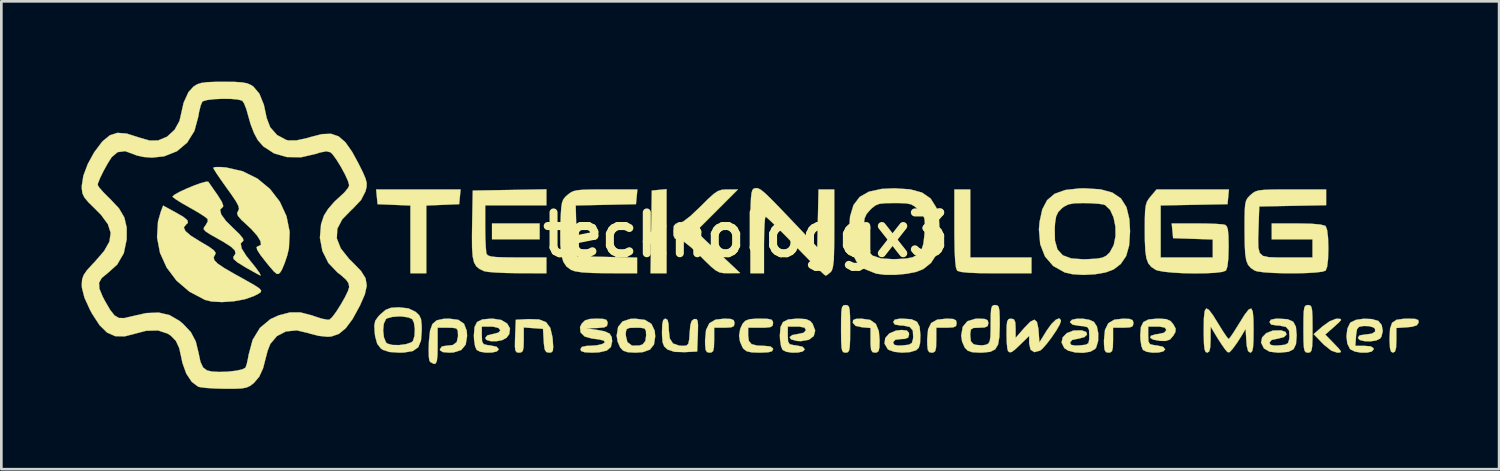
<source format=kicad_pcb>
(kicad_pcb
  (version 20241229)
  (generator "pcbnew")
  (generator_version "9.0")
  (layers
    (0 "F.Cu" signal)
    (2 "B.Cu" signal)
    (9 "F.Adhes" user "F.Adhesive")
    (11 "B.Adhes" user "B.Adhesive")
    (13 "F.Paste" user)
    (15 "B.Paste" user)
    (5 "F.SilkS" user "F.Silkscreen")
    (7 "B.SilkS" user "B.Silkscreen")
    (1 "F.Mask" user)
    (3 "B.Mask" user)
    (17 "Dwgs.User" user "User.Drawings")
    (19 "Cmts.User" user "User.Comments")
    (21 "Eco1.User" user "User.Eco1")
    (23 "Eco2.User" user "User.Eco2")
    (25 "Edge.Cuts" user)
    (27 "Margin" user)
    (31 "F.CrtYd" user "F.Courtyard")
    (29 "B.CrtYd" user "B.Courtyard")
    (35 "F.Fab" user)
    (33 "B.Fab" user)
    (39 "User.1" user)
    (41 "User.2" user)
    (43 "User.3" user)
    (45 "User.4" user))
  (footprint "tecknologgx3"
    (layer "F.Cu")
    (at 24.812 5.72)
    (property "Reference" "tecknologgx3" (at 0 0 0) (layer "F.SilkS") (effects (font (size 1.524 1.524) (thickness 0.3))))
    (attr through_hole)
    (fp_poly (pts (xy -7.705 0.169) (xy -9.483 0.169) (xy -9.483 -0.423) (xy -7.705 -0.423) (xy -7.705 0.169)) (stroke (width 0.01) (type solid)) (fill yes) (layer "F.SilkS"))
    (fp_poly (pts (xy -2.963 1.439) (xy -3.56 1.439) (xy -3.537 -0.106) (xy -3.514 -1.651) (xy -3.239 -1.678) (xy -2.963 -1.704) (xy -2.963 1.439)) (stroke (width 0.01) (type solid)) (fill yes) (layer "F.SilkS"))
    (fp_poly (pts (xy -10.71 -1.143) (xy -11.324 -1.118) (xy -11.938 -1.093) (xy -11.938 1.439) (xy -12.531 1.439) (xy -12.531 -1.093) (xy -13.145 -1.118) (xy -13.758 -1.143) (xy -13.811 -1.693) (xy -10.657 -1.693) (xy -10.71 -1.143)) (stroke (width 0.01) (type solid)) (fill yes) (layer "F.SilkS"))
    (fp_poly (pts (xy 8.382 0.847) (xy 10.668 0.847) (xy 10.668 1.439) (xy 9.33 1.439) (xy 8.743 1.434) (xy 8.316 1.417) (xy 8.038 1.388) (xy 7.9 1.345) (xy 7.891 1.338) (xy 7.849 1.228) (xy 7.819 0.986) (xy 7.799 0.602) (xy 7.79 0.065) (xy 7.789 -0.229) (xy 7.789 -1.693) (xy 8.382 -1.693) (xy 8.382 0.847)) (stroke (width 0.01) (type solid)) (fill yes) (layer "F.SilkS"))
    (fp_poly (pts (xy 22.211 3.144) (xy 22.235 3.182) (xy 22.151 3.276) (xy 21.976 3.434) (xy 21.643 3.728) (xy 21.972 4.065) (xy 22.155 4.257) (xy 22.229 4.357) (xy 22.203 4.396) (xy 22.09 4.403) (xy 21.87 4.328) (xy 21.599 4.113) (xy 21.544 4.057) (xy 21.209 3.711) (xy 21.541 3.422) (xy 21.806 3.232) (xy 22.04 3.14) (xy 22.091 3.136) (xy 22.211 3.144)) (stroke (width 0.01) (type solid)) (fill yes) (layer "F.SilkS"))
    (fp_poly (pts (xy 4.641 3.179) (xy 4.854 3.329) (xy 4.967 3.601) (xy 4.995 3.937) (xy 4.988 4.206) (xy 4.956 4.346) (xy 4.885 4.398) (xy 4.826 4.403) (xy 4.728 4.382) (xy 4.677 4.294) (xy 4.658 4.098) (xy 4.657 3.942) (xy 4.657 3.482) (xy 4.34 3.455) (xy 4.099 3.403) (xy 3.998 3.293) (xy 3.995 3.281) (xy 4.007 3.185) (xy 4.117 3.141) (xy 4.312 3.133) (xy 4.641 3.179)) (stroke (width 0.01) (type solid)) (fill yes) (layer "F.SilkS"))
    (fp_poly (pts (xy 25.006 3.143) (xy 25.116 3.184) (xy 25.132 3.27) (xy 25.13 3.281) (xy 25.064 3.38) (xy 24.889 3.436) (xy 24.701 3.455) (xy 24.299 3.481) (xy 24.299 3.942) (xy 24.288 4.221) (xy 24.247 4.364) (xy 24.172 4.403) (xy 24.101 4.366) (xy 24.061 4.234) (xy 24.046 3.976) (xy 24.045 3.855) (xy 24.064 3.504) (xy 24.139 3.288) (xy 24.304 3.176) (xy 24.59 3.136) (xy 24.766 3.133) (xy 25.006 3.143)) (stroke (width 0.01) (type solid)) (fill yes) (layer "F.SilkS"))
    (fp_poly (pts (xy -0.566 3.144) (xy -0.454 3.19) (xy -0.423 3.29) (xy -0.423 3.302) (xy -0.448 3.408) (xy -0.552 3.458) (xy -0.777 3.471) (xy -0.804 3.471) (xy -1.185 3.471) (xy -1.185 3.937) (xy -1.193 4.206) (xy -1.224 4.346) (xy -1.295 4.398) (xy -1.355 4.403) (xy -1.453 4.382) (xy -1.504 4.295) (xy -1.522 4.1) (xy -1.524 3.937) (xy -1.487 3.553) (xy -1.363 3.304) (xy -1.136 3.171) (xy -0.804 3.133) (xy -0.566 3.144)) (stroke (width 0.01) (type solid)) (fill yes) (layer "F.SilkS"))
    (fp_poly (pts (xy 7.743 3.145) (xy 7.849 3.196) (xy 7.874 3.302) (xy 7.849 3.408) (xy 7.746 3.458) (xy 7.52 3.471) (xy 7.493 3.471) (xy 7.112 3.471) (xy 7.112 3.937) (xy 7.105 4.206) (xy 7.073 4.346) (xy 7.002 4.398) (xy 6.943 4.403) (xy 6.848 4.384) (xy 6.797 4.302) (xy 6.776 4.118) (xy 6.773 3.899) (xy 6.807 3.53) (xy 6.923 3.295) (xy 7.144 3.171) (xy 7.494 3.133) (xy 7.512 3.133) (xy 7.743 3.145)) (stroke (width 0.01) (type solid)) (fill yes) (layer "F.SilkS"))
    (fp_poly (pts (xy 14.335 3.144) (xy 14.448 3.19) (xy 14.478 3.29) (xy 14.478 3.302) (xy 14.453 3.408) (xy 14.35 3.458) (xy 14.124 3.471) (xy 14.097 3.471) (xy 13.716 3.471) (xy 13.716 3.937) (xy 13.709 4.206) (xy 13.677 4.346) (xy 13.606 4.398) (xy 13.547 4.403) (xy 13.449 4.382) (xy 13.398 4.295) (xy 13.379 4.1) (xy 13.377 3.937) (xy 13.415 3.553) (xy 13.538 3.304) (xy 13.766 3.171) (xy 14.097 3.133) (xy 14.335 3.144)) (stroke (width 0.01) (type solid)) (fill yes) (layer "F.SilkS"))
    (fp_poly (pts (xy 3.801 2.636) (xy 3.85 2.689) (xy 3.878 2.815) (xy 3.891 3.043) (xy 3.895 3.402) (xy 3.895 3.514) (xy 3.893 3.91) (xy 3.882 4.167) (xy 3.858 4.315) (xy 3.815 4.384) (xy 3.747 4.402) (xy 3.725 4.403) (xy 3.65 4.392) (xy 3.601 4.338) (xy 3.573 4.213) (xy 3.56 3.985) (xy 3.556 3.625) (xy 3.556 3.514) (xy 3.558 3.117) (xy 3.568 2.86) (xy 3.592 2.712) (xy 3.636 2.644) (xy 3.704 2.625) (xy 3.725 2.625) (xy 3.801 2.636)) (stroke (width 0.01) (type solid)) (fill yes) (layer "F.SilkS"))
    (fp_poly (pts (xy 21.073 2.636) (xy 21.122 2.689) (xy 21.15 2.815) (xy 21.163 3.043) (xy 21.167 3.402) (xy 21.167 3.514) (xy 21.165 3.91) (xy 21.154 4.167) (xy 21.13 4.315) (xy 21.087 4.384) (xy 21.019 4.402) (xy 20.997 4.403) (xy 20.922 4.392) (xy 20.873 4.338) (xy 20.845 4.213) (xy 20.832 3.985) (xy 20.828 3.625) (xy 20.828 3.514) (xy 20.83 3.117) (xy 20.84 2.86) (xy 20.864 2.712) (xy 20.908 2.644) (xy 20.976 2.625) (xy 20.997 2.625) (xy 21.073 2.636)) (stroke (width 0.01) (type solid)) (fill yes) (layer "F.SilkS"))
    (fp_poly (pts (xy -7.728 3.162) (xy -7.465 3.264) (xy -7.306 3.476) (xy -7.226 3.82) (xy -7.215 3.923) (xy -7.198 4.195) (xy -7.212 4.338) (xy -7.269 4.394) (xy -7.351 4.403) (xy -7.456 4.38) (xy -7.514 4.286) (xy -7.544 4.08) (xy -7.552 3.958) (xy -7.578 3.514) (xy -7.938 3.488) (xy -8.297 3.462) (xy -8.297 3.932) (xy -8.304 4.203) (xy -8.335 4.344) (xy -8.405 4.397) (xy -8.47 4.403) (xy -8.559 4.39) (xy -8.609 4.327) (xy -8.627 4.178) (xy -8.623 3.907) (xy -8.619 3.789) (xy -8.594 3.175) (xy -8.121 3.15) (xy -7.728 3.162)) (stroke (width 0.01) (type solid)) (fill yes) (layer "F.SilkS"))
    (fp_poly (pts (xy -7.451 -1.101) (xy -9.737 -1.101) (xy -9.737 -0.261) (xy -9.732 0.112) (xy -9.718 0.429) (xy -9.699 0.648) (xy -9.685 0.713) (xy -9.639 0.769) (xy -9.534 0.807) (xy -9.344 0.831) (xy -9.04 0.843) (xy -8.597 0.847) (xy -8.542 0.847) (xy -7.451 0.847) (xy -7.451 1.439) (xy -8.53 1.434) (xy -8.955 1.427) (xy -9.33 1.411) (xy -9.615 1.388) (xy -9.773 1.361) (xy -9.779 1.359) (xy -9.949 1.278) (xy -10.072 1.177) (xy -10.155 1.029) (xy -10.205 0.809) (xy -10.228 0.491) (xy -10.231 0.048) (xy -10.226 -0.348) (xy -10.202 -1.651) (xy -8.826 -1.674) (xy -7.451 -1.698) (xy -7.451 -1.101)) (stroke (width 0.01) (type solid)) (fill yes) (layer "F.SilkS"))
    (fp_poly (pts (xy -4.106 -1.143) (xy -6.356 -1.096) (xy -6.332 -0.146) (xy -6.308 0.804) (xy -5.186 0.828) (xy -4.064 0.852) (xy -4.064 1.439) (xy -5.186 1.436) (xy -5.727 1.427) (xy -6.12 1.404) (xy -6.386 1.363) (xy -6.529 1.312) (xy -6.701 1.186) (xy -6.82 1.006) (xy -6.895 0.745) (xy -6.93 0.378) (xy -6.933 -0.122) (xy -6.929 -0.297) (xy -6.915 -0.721) (xy -6.897 -1.01) (xy -6.867 -1.199) (xy -6.818 -1.324) (xy -6.742 -1.418) (xy -6.663 -1.489) (xy -6.56 -1.57) (xy -6.45 -1.626) (xy -6.303 -1.662) (xy -6.087 -1.682) (xy -5.769 -1.691) (xy -5.318 -1.693) (xy -5.239 -1.693) (xy -4.053 -1.693) (xy -4.106 -1.143)) (stroke (width 0.01) (type solid)) (fill yes) (layer "F.SilkS"))
    (fp_poly (pts (xy -1.08 -0.91) (xy -1.863 -0.127) (xy -1.038 0.652) (xy -0.212 1.431) (xy -0.637 1.435) (xy -0.831 1.432) (xy -0.981 1.406) (xy -1.124 1.333) (xy -1.296 1.194) (xy -1.531 0.967) (xy -1.693 0.804) (xy -2.057 0.459) (xy -2.33 0.246) (xy -2.509 0.17) (xy -2.517 0.169) (xy -2.648 0.143) (xy -2.701 0.033) (xy -2.709 -0.127) (xy -2.692 -0.329) (xy -2.621 -0.411) (xy -2.517 -0.423) (xy -2.344 -0.492) (xy -2.076 -0.696) (xy -1.717 -1.034) (xy -1.693 -1.058) (xy -1.407 -1.342) (xy -1.203 -1.526) (xy -1.047 -1.631) (xy -0.904 -1.68) (xy -0.739 -1.693) (xy -0.68 -1.693) (xy -0.297 -1.693) (xy -1.08 -0.91)) (stroke (width 0.01) (type solid)) (fill yes) (layer "F.SilkS"))
    (fp_poly (pts (xy -2.926 3.178) (xy -2.887 3.336) (xy -2.879 3.553) (xy -2.844 3.872) (xy -2.724 4.059) (xy -2.495 4.14) (xy -2.338 4.149) (xy -2.217 4.136) (xy -2.15 4.071) (xy -2.117 3.913) (xy -2.1 3.663) (xy -2.074 3.374) (xy -2.026 3.217) (xy -1.942 3.152) (xy -1.922 3.148) (xy -1.845 3.149) (xy -1.802 3.213) (xy -1.787 3.371) (xy -1.792 3.659) (xy -1.795 3.74) (xy -1.82 4.36) (xy -2.286 4.384) (xy -2.665 4.373) (xy -2.917 4.29) (xy -2.942 4.274) (xy -3.052 4.169) (xy -3.11 4.02) (xy -3.131 3.776) (xy -3.133 3.636) (xy -3.123 3.342) (xy -3.088 3.186) (xy -3.019 3.133) (xy -3.006 3.133) (xy -2.926 3.178)) (stroke (width 0.01) (type solid)) (fill yes) (layer "F.SilkS"))
    (fp_poly (pts (xy 0.795 3.139) (xy 0.947 3.167) (xy 1.007 3.229) (xy 1.016 3.302) (xy 0.996 3.4) (xy 0.908 3.451) (xy 0.714 3.47) (xy 0.55 3.471) (xy 0.085 3.471) (xy 0.085 3.759) (xy 0.111 3.965) (xy 0.212 4.085) (xy 0.42 4.138) (xy 0.684 4.149) (xy 0.917 4.171) (xy 1.011 4.243) (xy 1.016 4.276) (xy 0.977 4.35) (xy 0.838 4.389) (xy 0.567 4.402) (xy 0.513 4.403) (xy 0.214 4.392) (xy 0.032 4.352) (xy -0.083 4.265) (xy -0.122 4.214) (xy -0.22 3.988) (xy -0.254 3.768) (xy -0.21 3.513) (xy -0.122 3.321) (xy -0.018 3.212) (xy 0.131 3.155) (xy 0.377 3.134) (xy 0.513 3.133) (xy 0.795 3.139)) (stroke (width 0.01) (type solid)) (fill yes) (layer "F.SilkS"))
    (fp_poly (pts (xy -3.769 3.18) (xy -3.527 3.329) (xy -3.405 3.588) (xy -3.387 3.797) (xy -3.433 4.098) (xy -3.583 4.289) (xy -3.856 4.385) (xy -4.129 4.403) (xy -4.411 4.387) (xy -4.582 4.329) (xy -4.694 4.214) (xy -4.792 3.988) (xy -4.826 3.768) (xy -4.825 3.761) (xy -4.487 3.761) (xy -4.426 4.01) (xy -4.254 4.139) (xy -3.991 4.138) (xy -3.859 4.097) (xy -3.755 3.97) (xy -3.725 3.759) (xy -3.734 3.582) (xy -3.791 3.498) (xy -3.941 3.473) (xy -4.106 3.471) (xy -4.34 3.478) (xy -4.451 3.521) (xy -4.485 3.635) (xy -4.487 3.761) (xy -4.825 3.761) (xy -4.773 3.442) (xy -4.607 3.237) (xy -4.316 3.142) (xy -4.144 3.133) (xy -3.769 3.18)) (stroke (width 0.01) (type solid)) (fill yes) (layer "F.SilkS"))
    (fp_poly (pts (xy -10.743 3.177) (xy -10.529 3.323) (xy -10.427 3.585) (xy -10.414 3.782) (xy -10.466 4.103) (xy -10.631 4.304) (xy -10.92 4.395) (xy -11.077 4.403) (xy -11.318 4.383) (xy -11.421 4.319) (xy -11.43 4.276) (xy -11.357 4.173) (xy -11.225 4.149) (xy -10.948 4.118) (xy -10.801 4.009) (xy -10.753 3.796) (xy -10.753 3.759) (xy -10.761 3.582) (xy -10.818 3.498) (xy -10.969 3.473) (xy -11.134 3.471) (xy -11.515 3.471) (xy -11.515 4.149) (xy -11.52 4.495) (xy -11.542 4.703) (xy -11.584 4.803) (xy -11.644 4.826) (xy -11.785 4.757) (xy -11.823 4.698) (xy -11.843 4.553) (xy -11.849 4.294) (xy -11.839 3.977) (xy -11.838 3.969) (xy -11.797 3.582) (xy -11.709 3.334) (xy -11.549 3.196) (xy -11.29 3.139) (xy -11.088 3.133) (xy -10.743 3.177)) (stroke (width 0.01) (type solid)) (fill yes) (layer "F.SilkS"))
    (fp_poly (pts (xy -9.142 3.182) (xy -8.919 3.313) (xy -8.811 3.497) (xy -8.838 3.708) (xy -8.938 3.846) (xy -9.096 3.933) (xy -9.312 3.976) (xy -9.53 3.975) (xy -9.69 3.928) (xy -9.737 3.858) (xy -9.659 3.759) (xy -9.461 3.71) (xy -9.242 3.654) (xy -9.171 3.567) (xy -9.242 3.482) (xy -9.445 3.432) (xy -9.525 3.429) (xy -9.864 3.429) (xy -9.864 3.768) (xy -9.854 3.985) (xy -9.794 4.087) (xy -9.638 4.124) (xy -9.546 4.133) (xy -9.31 4.183) (xy -9.229 4.28) (xy -9.229 4.281) (xy -9.302 4.357) (xy -9.481 4.398) (xy -9.707 4.403) (xy -9.921 4.37) (xy -10.058 4.301) (xy -10.116 4.163) (xy -10.153 3.921) (xy -10.16 3.754) (xy -10.135 3.446) (xy -10.041 3.258) (xy -9.847 3.163) (xy -9.522 3.133) (xy -9.459 3.133) (xy -9.142 3.182)) (stroke (width 0.01) (type solid)) (fill yes) (layer "F.SilkS"))
    (fp_poly (pts (xy -5.331 3.142) (xy -5.206 3.18) (xy -5.166 3.266) (xy -5.165 3.302) (xy -5.19 3.407) (xy -5.293 3.46) (xy -5.516 3.481) (xy -5.567 3.483) (xy -5.969 3.494) (xy -5.588 3.548) (xy -5.272 3.608) (xy -5.091 3.691) (xy -5.011 3.822) (xy -4.995 3.981) (xy -5.043 4.193) (xy -5.198 4.326) (xy -5.481 4.391) (xy -5.752 4.403) (xy -6.02 4.389) (xy -6.152 4.343) (xy -6.181 4.276) (xy -6.127 4.189) (xy -5.949 4.151) (xy -5.821 4.147) (xy -5.561 4.128) (xy -5.366 4.082) (xy -5.269 4.022) (xy -5.299 3.961) (xy -5.336 3.945) (xy -5.505 3.907) (xy -5.74 3.877) (xy -5.748 3.877) (xy -6.02 3.801) (xy -6.176 3.648) (xy -6.195 3.448) (xy -6.132 3.319) (xy -6.011 3.2) (xy -5.829 3.145) (xy -5.583 3.133) (xy -5.331 3.142)) (stroke (width 0.01) (type solid)) (fill yes) (layer "F.SilkS"))
    (fp_poly (pts (xy 2.249 3.152) (xy 2.41 3.227) (xy 2.493 3.325) (xy 2.589 3.577) (xy 2.536 3.783) (xy 2.352 3.922) (xy 2.057 3.974) (xy 1.901 3.965) (xy 1.689 3.907) (xy 1.634 3.824) (xy 1.734 3.746) (xy 1.921 3.71) (xy 2.16 3.66) (xy 2.243 3.562) (xy 2.244 3.556) (xy 2.188 3.468) (xy 2.002 3.431) (xy 1.905 3.429) (xy 1.566 3.429) (xy 1.566 3.768) (xy 1.576 3.985) (xy 1.636 4.087) (xy 1.792 4.124) (xy 1.884 4.133) (xy 2.12 4.183) (xy 2.201 4.28) (xy 2.201 4.281) (xy 2.128 4.357) (xy 1.949 4.398) (xy 1.723 4.403) (xy 1.509 4.37) (xy 1.372 4.301) (xy 1.314 4.163) (xy 1.277 3.921) (xy 1.27 3.754) (xy 1.294 3.448) (xy 1.387 3.26) (xy 1.578 3.164) (xy 1.899 3.133) (xy 1.982 3.133) (xy 2.249 3.152)) (stroke (width 0.01) (type solid)) (fill yes) (layer "F.SilkS"))
    (fp_poly (pts (xy -21.298 -0.834) (xy -21.008 -0.665) (xy -20.861 -0.541) (xy -20.843 -0.447) (xy -20.913 -0.381) (xy -20.995 -0.277) (xy -20.939 -0.142) (xy -20.739 0.031) (xy -20.386 0.252) (xy -20.365 0.264) (xy -20.051 0.45) (xy -19.872 0.582) (xy -19.806 0.674) (xy -19.824 0.734) (xy -19.881 0.841) (xy -19.856 0.949) (xy -19.731 1.077) (xy -19.489 1.241) (xy -19.112 1.459) (xy -19.082 1.476) (xy -18.655 1.713) (xy -18.36 1.881) (xy -18.182 1.998) (xy -18.108 2.08) (xy -18.123 2.144) (xy -18.213 2.205) (xy -18.362 2.281) (xy -18.374 2.287) (xy -18.71 2.407) (xy -19.129 2.484) (xy -19.568 2.514) (xy -19.963 2.492) (xy -20.203 2.433) (xy -20.786 2.125) (xy -21.268 1.713) (xy -21.638 1.222) (xy -21.885 0.674) (xy -21.996 0.095) (xy -21.96 -0.493) (xy -21.855 -0.862) (xy -21.768 -1.089) (xy -21.298 -0.834)) (stroke (width 0.01) (type solid)) (fill yes) (layer "F.SilkS"))
    (fp_poly (pts (xy -19.421 -2.515) (xy -18.798 -2.373) (xy -18.244 -2.098) (xy -17.777 -1.712) (xy -17.41 -1.237) (xy -17.16 -0.694) (xy -17.041 -0.106) (xy -17.07 0.505) (xy -17.131 0.768) (xy -17.227 1.055) (xy -17.327 1.293) (xy -17.381 1.387) (xy -17.449 1.46) (xy -17.521 1.462) (xy -17.627 1.375) (xy -17.796 1.18) (xy -17.893 1.062) (xy -18.129 0.76) (xy -18.255 0.564) (xy -18.278 0.457) (xy -18.208 0.423) (xy -18.203 0.423) (xy -18.111 0.372) (xy -18.133 0.233) (xy -18.258 0.03) (xy -18.473 -0.212) (xy -18.597 -0.329) (xy -18.841 -0.554) (xy -18.97 -0.702) (xy -19.006 -0.804) (xy -18.968 -0.885) (xy -18.933 -0.964) (xy -18.955 -1.077) (xy -19.048 -1.252) (xy -19.225 -1.514) (xy -19.379 -1.728) (xy -19.593 -2.03) (xy -19.765 -2.28) (xy -19.871 -2.449) (xy -19.897 -2.503) (xy -19.821 -2.528) (xy -19.624 -2.53) (xy -19.421 -2.515)) (stroke (width 0.01) (type solid)) (fill yes) (layer "F.SilkS"))
    (fp_poly (pts (xy 11.766 3.187) (xy 11.769 3.224) (xy 11.719 3.362) (xy 11.592 3.581) (xy 11.42 3.835) (xy 11.236 4.076) (xy 11.075 4.258) (xy 10.99 4.327) (xy 10.774 4.384) (xy 10.635 4.292) (xy 10.583 4.06) (xy 10.583 4.049) (xy 10.583 3.776) (xy 10.262 4.089) (xy 10.056 4.285) (xy 9.931 4.378) (xy 9.852 4.389) (xy 9.793 4.346) (xy 9.765 4.239) (xy 9.744 4.011) (xy 9.737 3.713) (xy 9.737 3.711) (xy 9.741 3.404) (xy 9.763 3.23) (xy 9.812 3.152) (xy 9.899 3.133) (xy 9.906 3.133) (xy 10.014 3.159) (xy 10.064 3.268) (xy 10.076 3.493) (xy 10.076 3.852) (xy 10.407 3.471) (xy 10.627 3.246) (xy 10.778 3.172) (xy 10.872 3.254) (xy 10.925 3.496) (xy 10.938 3.641) (xy 10.964 4.022) (xy 11.239 3.577) (xy 11.415 3.332) (xy 11.578 3.175) (xy 11.703 3.121) (xy 11.766 3.187)) (stroke (width 0.01) (type solid)) (fill yes) (layer "F.SilkS"))
    (fp_poly (pts (xy 12.598 3.136) (xy 12.832 3.177) (xy 13.001 3.253) (xy 13.111 3.422) (xy 13.164 3.683) (xy 13.158 3.967) (xy 13.087 4.206) (xy 13.049 4.263) (xy 12.87 4.366) (xy 12.598 4.41) (xy 12.298 4.395) (xy 12.034 4.325) (xy 11.895 4.233) (xy 11.794 4.028) (xy 11.834 3.833) (xy 11.991 3.673) (xy 12.236 3.577) (xy 12.543 3.57) (xy 12.715 3.633) (xy 12.744 3.729) (xy 12.646 3.822) (xy 12.434 3.878) (xy 12.425 3.879) (xy 12.187 3.929) (xy 12.107 4.03) (xy 12.107 4.032) (xy 12.15 4.112) (xy 12.302 4.139) (xy 12.467 4.132) (xy 12.693 4.108) (xy 12.796 4.049) (xy 12.826 3.905) (xy 12.827 3.768) (xy 12.819 3.555) (xy 12.763 3.453) (xy 12.613 3.415) (xy 12.467 3.403) (xy 12.21 3.359) (xy 12.11 3.274) (xy 12.107 3.255) (xy 12.18 3.175) (xy 12.363 3.136) (xy 12.598 3.136)) (stroke (width 0.01) (type solid)) (fill yes) (layer "F.SilkS"))
    (fp_poly (pts (xy 15.706 3.151) (xy 15.865 3.223) (xy 15.967 3.344) (xy 16.056 3.509) (xy 16.043 3.638) (xy 15.964 3.772) (xy 15.842 3.913) (xy 15.684 3.966) (xy 15.474 3.963) (xy 15.221 3.918) (xy 15.102 3.848) (xy 15.127 3.774) (xy 15.303 3.719) (xy 15.383 3.71) (xy 15.622 3.66) (xy 15.705 3.562) (xy 15.706 3.556) (xy 15.65 3.468) (xy 15.464 3.431) (xy 15.367 3.429) (xy 15.028 3.429) (xy 15.028 3.768) (xy 15.038 3.985) (xy 15.098 4.087) (xy 15.254 4.124) (xy 15.346 4.133) (xy 15.582 4.183) (xy 15.663 4.28) (xy 15.663 4.281) (xy 15.59 4.357) (xy 15.411 4.398) (xy 15.185 4.403) (xy 14.971 4.37) (xy 14.834 4.301) (xy 14.776 4.163) (xy 14.739 3.921) (xy 14.732 3.754) (xy 14.756 3.448) (xy 14.849 3.26) (xy 15.04 3.164) (xy 15.361 3.133) (xy 15.444 3.133) (xy 15.706 3.151)) (stroke (width 0.01) (type solid)) (fill yes) (layer "F.SilkS"))
    (fp_poly (pts (xy 20.241 3.156) (xy 20.445 3.247) (xy 20.546 3.434) (xy 20.574 3.746) (xy 20.574 3.768) (xy 20.55 4.082) (xy 20.459 4.274) (xy 20.268 4.371) (xy 19.949 4.402) (xy 19.873 4.403) (xy 19.563 4.367) (xy 19.362 4.25) (xy 19.346 4.233) (xy 19.245 4.028) (xy 19.285 3.833) (xy 19.441 3.673) (xy 19.687 3.577) (xy 19.994 3.57) (xy 20.165 3.633) (xy 20.195 3.729) (xy 20.097 3.822) (xy 19.884 3.878) (xy 19.875 3.879) (xy 19.638 3.929) (xy 19.558 4.03) (xy 19.558 4.032) (xy 19.601 4.112) (xy 19.752 4.139) (xy 19.918 4.132) (xy 20.145 4.106) (xy 20.254 4.042) (xy 20.296 3.9) (xy 20.305 3.819) (xy 20.291 3.578) (xy 20.176 3.443) (xy 19.932 3.391) (xy 19.833 3.388) (xy 19.622 3.354) (xy 19.558 3.26) (xy 19.613 3.172) (xy 19.796 3.135) (xy 19.902 3.133) (xy 20.241 3.156)) (stroke (width 0.01) (type solid)) (fill yes) (layer "F.SilkS"))
    (fp_poly (pts (xy 23.385 3.149) (xy 23.628 3.22) (xy 23.751 3.37) (xy 23.791 3.592) (xy 23.741 3.807) (xy 23.69 3.878) (xy 23.542 3.95) (xy 23.326 3.981) (xy 23.101 3.973) (xy 22.926 3.928) (xy 22.86 3.852) (xy 22.925 3.758) (xy 23.133 3.725) (xy 23.151 3.725) (xy 23.381 3.694) (xy 23.506 3.615) (xy 23.501 3.513) (xy 23.442 3.461) (xy 23.277 3.413) (xy 23.072 3.407) (xy 22.91 3.437) (xy 22.831 3.522) (xy 22.798 3.712) (xy 22.792 3.789) (xy 22.766 4.149) (xy 23.109 4.149) (xy 23.346 4.169) (xy 23.446 4.237) (xy 23.453 4.276) (xy 23.38 4.36) (xy 23.2 4.402) (xy 22.969 4.402) (xy 22.743 4.36) (xy 22.578 4.277) (xy 22.57 4.27) (xy 22.468 4.068) (xy 22.435 3.789) (xy 22.47 3.506) (xy 22.571 3.294) (xy 22.591 3.273) (xy 22.792 3.178) (xy 23.082 3.136) (xy 23.385 3.149)) (stroke (width 0.01) (type solid)) (fill yes) (layer "F.SilkS"))
    (fp_poly (pts (xy 6.186 3.156) (xy 6.39 3.247) (xy 6.491 3.434) (xy 6.519 3.746) (xy 6.519 3.768) (xy 6.506 4.055) (xy 6.458 4.221) (xy 6.36 4.312) (xy 6.356 4.315) (xy 6.124 4.384) (xy 5.83 4.402) (xy 5.543 4.372) (xy 5.332 4.297) (xy 5.298 4.27) (xy 5.179 4.063) (xy 5.206 3.859) (xy 5.356 3.687) (xy 5.608 3.579) (xy 5.819 3.556) (xy 6.015 3.578) (xy 6.09 3.662) (xy 6.096 3.725) (xy 6.063 3.842) (xy 5.933 3.889) (xy 5.8 3.895) (xy 5.584 3.921) (xy 5.505 4.006) (xy 5.503 4.027) (xy 5.542 4.11) (xy 5.683 4.139) (xy 5.863 4.132) (xy 6.09 4.106) (xy 6.2 4.042) (xy 6.242 3.9) (xy 6.25 3.819) (xy 6.237 3.578) (xy 6.121 3.443) (xy 5.877 3.391) (xy 5.779 3.388) (xy 5.567 3.354) (xy 5.503 3.26) (xy 5.558 3.172) (xy 5.741 3.135) (xy 5.848 3.133) (xy 6.186 3.156)) (stroke (width 0.01) (type solid)) (fill yes) (layer "F.SilkS"))
    (fp_poly (pts (xy 0.457 -1.735) (xy 0.562 -1.68) (xy 0.706 -1.563) (xy 0.908 -1.371) (xy 1.186 -1.088) (xy 1.558 -0.7) (xy 1.651 -0.602) (xy 2.667 0.466) (xy 2.714 -1.693) (xy 3.302 -1.693) (xy 3.302 -0.218) (xy 3.3 0.334) (xy 3.291 0.74) (xy 3.275 1.026) (xy 3.249 1.215) (xy 3.211 1.332) (xy 3.169 1.391) (xy 3.04 1.498) (xy 2.978 1.526) (xy 2.904 1.468) (xy 2.733 1.308) (xy 2.484 1.063) (xy 2.177 0.753) (xy 1.859 0.425) (xy 1.516 0.073) (xy 1.213 -0.233) (xy 0.968 -0.473) (xy 0.803 -0.627) (xy 0.737 -0.677) (xy 0.714 -0.598) (xy 0.696 -0.381) (xy 0.683 -0.06) (xy 0.677 0.335) (xy 0.677 0.381) (xy 0.677 1.439) (xy 0.169 1.439) (xy 0.169 -0.118) (xy 0.171 -0.68) (xy 0.178 -1.095) (xy 0.192 -1.385) (xy 0.214 -1.571) (xy 0.247 -1.676) (xy 0.292 -1.722) (xy 0.296 -1.724) (xy 0.375 -1.745) (xy 0.457 -1.735)) (stroke (width 0.01) (type solid)) (fill yes) (layer "F.SilkS"))
    (fp_poly (pts (xy 17.992 -1.143) (xy 15.494 -1.096) (xy 15.494 0.847) (xy 17.441 0.847) (xy 17.441 0.176) (xy 16.701 0.151) (xy 15.96 0.127) (xy 15.907 -0.423) (xy 16.836 -0.423) (xy 17.228 -0.419) (xy 17.564 -0.407) (xy 17.805 -0.389) (xy 17.9 -0.372) (xy 17.965 -0.316) (xy 18.006 -0.188) (xy 18.027 0.044) (xy 18.034 0.41) (xy 18.034 0.458) (xy 18.022 0.886) (xy 17.988 1.185) (xy 17.935 1.335) (xy 17.932 1.338) (xy 17.799 1.386) (xy 17.535 1.419) (xy 17.18 1.438) (xy 16.771 1.443) (xy 16.347 1.435) (xy 15.947 1.413) (xy 15.609 1.379) (xy 15.371 1.333) (xy 15.306 1.307) (xy 15.146 1.202) (xy 15.034 1.07) (xy 14.962 0.879) (xy 14.921 0.602) (xy 14.904 0.206) (xy 14.901 -0.157) (xy 14.903 -0.59) (xy 14.913 -0.89) (xy 14.938 -1.093) (xy 14.982 -1.234) (xy 15.054 -1.35) (xy 15.121 -1.433) (xy 15.34 -1.693) (xy 18.045 -1.693) (xy 17.992 -1.143)) (stroke (width 0.01) (type solid)) (fill yes) (layer "F.SilkS"))
    (fp_poly (pts (xy 9.394 2.638) (xy 9.444 2.698) (xy 9.471 2.839) (xy 9.481 3.091) (xy 9.483 3.374) (xy 9.47 3.808) (xy 9.42 4.101) (xy 9.313 4.28) (xy 9.13 4.371) (xy 8.85 4.401) (xy 8.74 4.403) (xy 8.458 4.387) (xy 8.288 4.329) (xy 8.175 4.214) (xy 8.077 3.988) (xy 8.043 3.768) (xy 8.101 3.437) (xy 8.275 3.229) (xy 8.572 3.138) (xy 8.683 3.133) (xy 8.919 3.144) (xy 9.03 3.191) (xy 9.059 3.293) (xy 9.059 3.302) (xy 9.031 3.413) (xy 8.916 3.462) (xy 8.721 3.471) (xy 8.504 3.48) (xy 8.407 3.536) (xy 8.383 3.68) (xy 8.382 3.766) (xy 8.405 3.978) (xy 8.497 4.081) (xy 8.588 4.112) (xy 8.822 4.131) (xy 8.969 4.108) (xy 9.055 4.066) (xy 9.107 3.981) (xy 9.134 3.818) (xy 9.143 3.541) (xy 9.144 3.339) (xy 9.147 2.99) (xy 9.162 2.778) (xy 9.196 2.669) (xy 9.258 2.629) (xy 9.313 2.625) (xy 9.394 2.638)) (stroke (width 0.01) (type solid)) (fill yes) (layer "F.SilkS"))
    (fp_poly (pts (xy -12.606 2.749) (xy -12.341 2.877) (xy -12.33 2.885) (xy -12.202 3.007) (xy -12.135 3.151) (xy -12.11 3.375) (xy -12.107 3.562) (xy -12.136 3.95) (xy -12.239 4.202) (xy -12.442 4.343) (xy -12.77 4.398) (xy -12.945 4.403) (xy -13.313 4.378) (xy -13.558 4.299) (xy -13.633 4.249) (xy -13.771 4.073) (xy -13.848 3.794) (xy -13.864 3.66) (xy -13.869 3.569) (xy -13.55 3.569) (xy -13.522 3.824) (xy -13.446 4.016) (xy -13.399 4.062) (xy -13.213 4.115) (xy -12.956 4.121) (xy -12.694 4.086) (xy -12.495 4.018) (xy -12.437 3.967) (xy -12.378 3.777) (xy -12.366 3.523) (xy -12.399 3.285) (xy -12.463 3.15) (xy -12.605 3.088) (xy -12.843 3.052) (xy -12.954 3.048) (xy -13.211 3.069) (xy -13.402 3.122) (xy -13.445 3.15) (xy -13.525 3.321) (xy -13.55 3.569) (xy -13.869 3.569) (xy -13.88 3.39) (xy -13.844 3.213) (xy -13.736 3.059) (xy -13.648 2.967) (xy -13.454 2.803) (xy -13.254 2.727) (xy -12.972 2.709) (xy -12.606 2.749)) (stroke (width 0.01) (type solid)) (fill yes) (layer "F.SilkS"))
    (fp_poly (pts (xy 17.296 2.802) (xy 17.45 3.006) (xy 17.651 3.33) (xy 17.816 3.596) (xy 17.95 3.795) (xy 18.027 3.891) (xy 18.034 3.895) (xy 18.095 3.827) (xy 18.217 3.649) (xy 18.377 3.395) (xy 18.417 3.33) (xy 18.63 2.988) (xy 18.78 2.794) (xy 18.878 2.753) (xy 18.934 2.867) (xy 18.96 3.142) (xy 18.965 3.549) (xy 18.961 3.948) (xy 18.945 4.205) (xy 18.914 4.347) (xy 18.863 4.4) (xy 18.843 4.403) (xy 18.761 4.345) (xy 18.712 4.157) (xy 18.695 3.958) (xy 18.669 3.514) (xy 18.5 3.798) (xy 18.345 4.039) (xy 18.194 4.247) (xy 18.181 4.264) (xy 18.067 4.387) (xy 17.991 4.383) (xy 17.899 4.276) (xy 17.773 4.097) (xy 17.616 3.854) (xy 17.564 3.768) (xy 17.362 3.429) (xy 17.359 3.916) (xy 17.347 4.204) (xy 17.309 4.356) (xy 17.236 4.403) (xy 17.23 4.403) (xy 17.171 4.375) (xy 17.133 4.273) (xy 17.112 4.069) (xy 17.103 3.735) (xy 17.103 3.549) (xy 17.109 3.12) (xy 17.137 2.855) (xy 17.195 2.751) (xy 17.296 2.802)) (stroke (width 0.01) (type solid)) (fill yes) (layer "F.SilkS"))
    (fp_poly (pts (xy 21.675 -1.105) (xy 19.177 -1.058) (xy 19.152 -0.296) (xy 19.137 0.163) (xy 19.143 0.48) (xy 19.195 0.68) (xy 19.316 0.79) (xy 19.532 0.837) (xy 19.865 0.847) (xy 20.195 0.847) (xy 21.167 0.847) (xy 21.167 0.169) (xy 19.643 0.169) (xy 19.643 -0.423) (xy 20.599 -0.423) (xy 21.107 -0.413) (xy 21.455 -0.384) (xy 21.639 -0.336) (xy 21.658 -0.322) (xy 21.712 -0.178) (xy 21.747 0.11) (xy 21.759 0.508) (xy 21.747 0.913) (xy 21.712 1.198) (xy 21.658 1.338) (xy 21.533 1.379) (xy 21.276 1.41) (xy 20.927 1.43) (xy 20.522 1.439) (xy 20.1 1.437) (xy 19.697 1.425) (xy 19.353 1.402) (xy 19.105 1.368) (xy 19.008 1.337) (xy 18.862 1.24) (xy 18.759 1.123) (xy 18.692 0.958) (xy 18.653 0.714) (xy 18.635 0.361) (xy 18.629 -0.131) (xy 18.629 -0.152) (xy 18.629 -0.608) (xy 18.636 -0.927) (xy 18.653 -1.14) (xy 18.688 -1.28) (xy 18.744 -1.377) (xy 18.828 -1.465) (xy 18.851 -1.486) (xy 18.943 -1.565) (xy 19.04 -1.621) (xy 19.173 -1.658) (xy 19.369 -1.679) (xy 19.659 -1.69) (xy 20.072 -1.693) (xy 20.375 -1.693) (xy 21.675 -1.693) (xy 21.675 -1.105)) (stroke (width 0.01) (type solid)) (fill yes) (layer "F.SilkS"))
    (fp_poly (pts (xy -20.081 -1.98) (xy -20.004 -1.87) (xy -19.864 -1.669) (xy -19.733 -1.483) (xy -19.576 -1.231) (xy -19.521 -1.076) (xy -19.543 -1.035) (xy -19.641 -0.937) (xy -19.599 -0.761) (xy -19.422 -0.517) (xy -19.156 -0.254) (xy -18.917 -0.023) (xy -18.784 0.142) (xy -18.77 0.223) (xy -18.775 0.226) (xy -18.871 0.328) (xy -18.835 0.512) (xy -18.665 0.783) (xy -18.556 0.92) (xy -18.314 1.222) (xy -18.168 1.425) (xy -18.126 1.517) (xy -18.135 1.521) (xy -18.216 1.481) (xy -18.404 1.378) (xy -18.662 1.233) (xy -18.696 1.214) (xy -18.987 1.034) (xy -19.134 0.908) (xy -19.146 0.825) (xy -19.141 0.819) (xy -19.064 0.703) (xy -19.089 0.585) (xy -19.23 0.448) (xy -19.504 0.272) (xy -19.69 0.166) (xy -19.996 -0.006) (xy -20.175 -0.121) (xy -20.25 -0.203) (xy -20.243 -0.274) (xy -20.19 -0.342) (xy -20.103 -0.493) (xy -20.106 -0.588) (xy -20.202 -0.668) (xy -20.409 -0.803) (xy -20.688 -0.967) (xy -20.791 -1.024) (xy -21.077 -1.187) (xy -21.294 -1.323) (xy -21.408 -1.41) (xy -21.418 -1.426) (xy -21.344 -1.496) (xy -21.157 -1.601) (xy -20.901 -1.72) (xy -20.621 -1.836) (xy -20.361 -1.93) (xy -20.166 -1.983) (xy -20.081 -1.98)) (stroke (width 0.01) (type solid)) (fill yes) (layer "F.SilkS"))
    (fp_poly (pts (xy 13.244 -1.698) (xy 13.691 -1.576) (xy 14.011 -1.358) (xy 14.218 -1.03) (xy 14.327 -0.578) (xy 14.351 -0.127) (xy 14.317 0.397) (xy 14.206 0.793) (xy 14.006 1.088) (xy 13.737 1.295) (xy 13.441 1.406) (xy 13.044 1.475) (xy 12.609 1.499) (xy 12.2 1.473) (xy 11.907 1.406) (xy 11.478 1.164) (xy 11.173 0.81) (xy 10.995 0.352) (xy 10.947 -0.203) (xy 10.951 -0.244) (xy 11.537 -0.244) (xy 11.546 0.218) (xy 11.64 0.549) (xy 11.838 0.766) (xy 12.154 0.883) (xy 12.605 0.916) (xy 12.773 0.911) (xy 13.105 0.891) (xy 13.318 0.854) (xy 13.461 0.784) (xy 13.584 0.666) (xy 13.598 0.649) (xy 13.741 0.386) (xy 13.808 0.053) (xy 13.804 -0.307) (xy 13.735 -0.649) (xy 13.607 -0.93) (xy 13.426 -1.105) (xy 13.36 -1.131) (xy 13.175 -1.158) (xy 12.888 -1.178) (xy 12.599 -1.184) (xy 12.267 -1.175) (xy 12.047 -1.134) (xy 11.881 -1.05) (xy 11.799 -0.985) (xy 11.667 -0.848) (xy 11.59 -0.687) (xy 11.551 -0.446) (xy 11.537 -0.244) (xy 10.951 -0.244) (xy 10.97 -0.478) (xy 11.071 -0.947) (xy 11.253 -1.293) (xy 11.533 -1.531) (xy 11.93 -1.673) (xy 12.459 -1.732) (xy 12.658 -1.735) (xy 13.244 -1.698)) (stroke (width 0.01) (type solid)) (fill yes) (layer "F.SilkS"))
    (fp_poly (pts (xy 6.132 -1.698) (xy 6.579 -1.577) (xy 6.899 -1.358) (xy 7.106 -1.03) (xy 7.213 -0.579) (xy 7.237 -0.127) (xy 7.205 0.381) (xy 7.102 0.763) (xy 6.914 1.052) (xy 6.626 1.282) (xy 6.371 1.383) (xy 6.008 1.456) (xy 5.597 1.496) (xy 5.2 1.496) (xy 4.875 1.452) (xy 4.868 1.451) (xy 4.446 1.282) (xy 4.145 1.023) (xy 3.954 0.656) (xy 3.863 0.167) (xy 3.852 -0.127) (xy 3.854 -0.152) (xy 4.403 -0.152) (xy 4.433 0.28) (xy 4.536 0.585) (xy 4.733 0.78) (xy 5.044 0.883) (xy 5.489 0.911) (xy 5.651 0.908) (xy 5.997 0.886) (xy 6.223 0.842) (xy 6.377 0.763) (xy 6.452 0.697) (xy 6.562 0.551) (xy 6.628 0.35) (xy 6.666 0.045) (xy 6.674 -0.081) (xy 6.687 -0.397) (xy 6.672 -0.599) (xy 6.616 -0.74) (xy 6.502 -0.876) (xy 6.451 -0.928) (xy 6.307 -1.06) (xy 6.17 -1.137) (xy 5.987 -1.173) (xy 5.708 -1.185) (xy 5.546 -1.185) (xy 5.209 -1.18) (xy 4.99 -1.156) (xy 4.84 -1.098) (xy 4.707 -0.993) (xy 4.65 -0.938) (xy 4.512 -0.781) (xy 4.437 -0.622) (xy 4.407 -0.401) (xy 4.403 -0.152) (xy 3.854 -0.152) (xy 3.892 -0.684) (xy 4.02 -1.109) (xy 4.25 -1.413) (xy 4.596 -1.61) (xy 5.071 -1.713) (xy 5.546 -1.736) (xy 6.132 -1.698)) (stroke (width 0.01) (type solid)) (fill yes) (layer "F.SilkS"))
    (fp_poly (pts (xy -19.103 -5.711) (xy -18.82 -5.693) (xy -18.626 -5.656) (xy -18.483 -5.593) (xy -18.4 -5.538) (xy -18.175 -5.274) (xy -18.005 -4.855) (xy -17.902 -4.367) (xy -17.769 -4.016) (xy -17.513 -3.727) (xy -17.177 -3.546) (xy -17.092 -3.524) (xy -16.789 -3.525) (xy -16.366 -3.619) (xy -16.256 -3.653) (xy -15.837 -3.76) (xy -15.498 -3.773) (xy -15.214 -3.676) (xy -14.959 -3.456) (xy -14.708 -3.098) (xy -14.476 -2.673) (xy -14.307 -2.333) (xy -14.207 -2.1) (xy -14.164 -1.933) (xy -14.168 -1.788) (xy -14.209 -1.624) (xy -14.211 -1.618) (xy -14.377 -1.296) (xy -14.689 -0.968) (xy -14.728 -0.935) (xy -15.077 -0.578) (xy -15.262 -0.225) (xy -15.281 0.134) (xy -15.135 0.506) (xy -14.823 0.9) (xy -14.681 1.039) (xy -14.379 1.349) (xy -14.208 1.621) (xy -14.162 1.898) (xy -14.232 2.222) (xy -14.412 2.636) (xy -14.42 2.651) (xy -14.69 3.145) (xy -14.946 3.489) (xy -15.203 3.702) (xy -15.482 3.799) (xy -15.629 3.81) (xy -15.96 3.775) (xy -16.295 3.69) (xy -16.343 3.672) (xy -16.78 3.57) (xy -17.182 3.611) (xy -17.519 3.785) (xy -17.766 4.079) (xy -17.866 4.334) (xy -17.947 4.647) (xy -18.03 4.969) (xy -18.036 4.989) (xy -18.179 5.303) (xy -18.381 5.539) (xy -18.514 5.641) (xy -18.65 5.705) (xy -18.83 5.739) (xy -19.098 5.752) (xy -19.459 5.752) (xy -19.834 5.742) (xy -20.161 5.721) (xy -20.391 5.691) (xy -20.458 5.674) (xy -20.699 5.494) (xy -20.904 5.185) (xy -21.047 4.786) (xy -21.08 4.625) (xy -21.167 4.232) (xy -21.292 3.963) (xy -21.48 3.77) (xy -21.596 3.693) (xy -21.96 3.573) (xy -22.404 3.586) (xy -22.775 3.683) (xy -23.202 3.794) (xy -23.557 3.788) (xy -23.863 3.652) (xy -24.144 3.376) (xy -24.422 2.948) (xy -24.499 2.805) (xy -24.707 2.351) (xy -24.8 1.985) (xy -24.807 1.864) (xy -24.795 1.673) (xy -24.741 1.511) (xy -24.621 1.334) (xy -24.409 1.1) (xy -24.321 1.009) (xy -23.972 0.606) (xy -23.774 0.254) (xy -23.727 -0.071) (xy -23.831 -0.395) (xy -24.085 -0.741) (xy -24.307 -0.967) (xy -24.557 -1.212) (xy -24.706 -1.389) (xy -24.78 -1.541) (xy -24.805 -1.712) (xy -24.807 -1.825) (xy -24.801 -1.864) (xy -24.215 -1.864) (xy -24.157 -1.766) (xy -24.003 -1.591) (xy -23.786 -1.374) (xy -23.753 -1.343) (xy -23.418 -0.987) (xy -23.217 -0.645) (xy -23.129 -0.266) (xy -23.13 0.17) (xy -23.238 0.688) (xy -23.483 1.111) (xy -23.844 1.435) (xy -24.062 1.613) (xy -24.163 1.793) (xy -24.15 2.013) (xy -24.027 2.311) (xy -23.942 2.472) (xy -23.745 2.81) (xy -23.581 3.016) (xy -23.416 3.109) (xy -23.214 3.111) (xy -22.969 3.053) (xy -22.401 2.925) (xy -21.932 2.906) (xy -21.531 3) (xy -21.163 3.213) (xy -21.028 3.324) (xy -20.732 3.638) (xy -20.549 3.985) (xy -20.447 4.403) (xy -20.375 4.745) (xy -20.278 4.954) (xy -20.134 5.064) (xy -19.96 5.107) (xy -19.678 5.124) (xy -19.36 5.114) (xy -19.055 5.08) (xy -18.817 5.03) (xy -18.694 4.968) (xy -18.693 4.966) (xy -18.644 4.827) (xy -18.593 4.592) (xy -18.576 4.487) (xy -18.424 3.924) (xy -18.152 3.478) (xy -17.763 3.153) (xy -17.449 3.009) (xy -17.027 2.9) (xy -16.635 2.901) (xy -16.202 3.013) (xy -16.111 3.047) (xy -15.846 3.132) (xy -15.635 3.173) (xy -15.553 3.17) (xy -15.45 3.074) (xy -15.301 2.873) (xy -15.136 2.614) (xy -14.981 2.343) (xy -14.866 2.107) (xy -14.818 1.954) (xy -14.818 1.949) (xy -14.843 1.81) (xy -14.935 1.676) (xy -15.126 1.507) (xy -15.257 1.407) (xy -15.596 1.052) (xy -15.818 0.607) (xy -15.912 0.111) (xy -15.869 -0.396) (xy -15.76 -0.72) (xy -15.604 -0.967) (xy -15.372 -1.234) (xy -15.211 -1.382) (xy -15 -1.577) (xy -14.857 -1.752) (xy -14.818 -1.847) (xy -14.863 -2.012) (xy -14.977 -2.262) (xy -15.132 -2.547) (xy -15.297 -2.814) (xy -15.444 -3.013) (xy -15.516 -3.081) (xy -15.671 -3.119) (xy -15.914 -3.072) (xy -16.061 -3.023) (xy -16.614 -2.895) (xy -17.144 -2.904) (xy -17.624 -3.041) (xy -18.025 -3.301) (xy -18.233 -3.538) (xy -18.371 -3.795) (xy -18.502 -4.134) (xy -18.576 -4.395) (xy -18.657 -4.684) (xy -18.744 -4.907) (xy -18.813 -5.008) (xy -18.97 -5.052) (xy -19.231 -5.076) (xy -19.545 -5.08) (xy -19.86 -5.066) (xy -20.124 -5.034) (xy -20.285 -4.987) (xy -20.304 -4.972) (xy -20.366 -4.83) (xy -20.426 -4.586) (xy -20.453 -4.421) (xy -20.599 -3.88) (xy -20.871 -3.442) (xy -21.253 -3.121) (xy -21.731 -2.931) (xy -22.188 -2.882) (xy -22.492 -2.906) (xy -22.758 -2.964) (xy -22.86 -3.006) (xy -23.187 -3.124) (xy -23.469 -3.087) (xy -23.69 -2.9) (xy -23.838 -2.667) (xy -23.99 -2.393) (xy -24.119 -2.131) (xy -24.2 -1.931) (xy -24.215 -1.864) (xy -24.801 -1.864) (xy -24.748 -2.204) (xy -24.585 -2.64) (xy -24.345 -3.078) (xy -24.054 -3.465) (xy -24.018 -3.503) (xy -23.76 -3.715) (xy -23.477 -3.807) (xy -23.135 -3.782) (xy -22.699 -3.644) (xy -22.685 -3.638) (xy -22.278 -3.521) (xy -21.959 -3.522) (xy -21.622 -3.663) (xy -21.339 -3.923) (xy -21.158 -4.251) (xy -21.126 -4.385) (xy -21.003 -4.934) (xy -20.821 -5.33) (xy -20.631 -5.538) (xy -20.498 -5.62) (xy -20.341 -5.672) (xy -20.118 -5.701) (xy -19.792 -5.713) (xy -19.516 -5.715) (xy -19.103 -5.711)) (stroke (width 0.01) (type solid)) (fill yes) (layer "F.SilkS")))
  (gr_rect
    (start -3 -3)
    (end 52.949 14.477)
    (stroke (width 0.1) (type default))
    (fill no)
    (layer "Edge.Cuts")))
</source>
